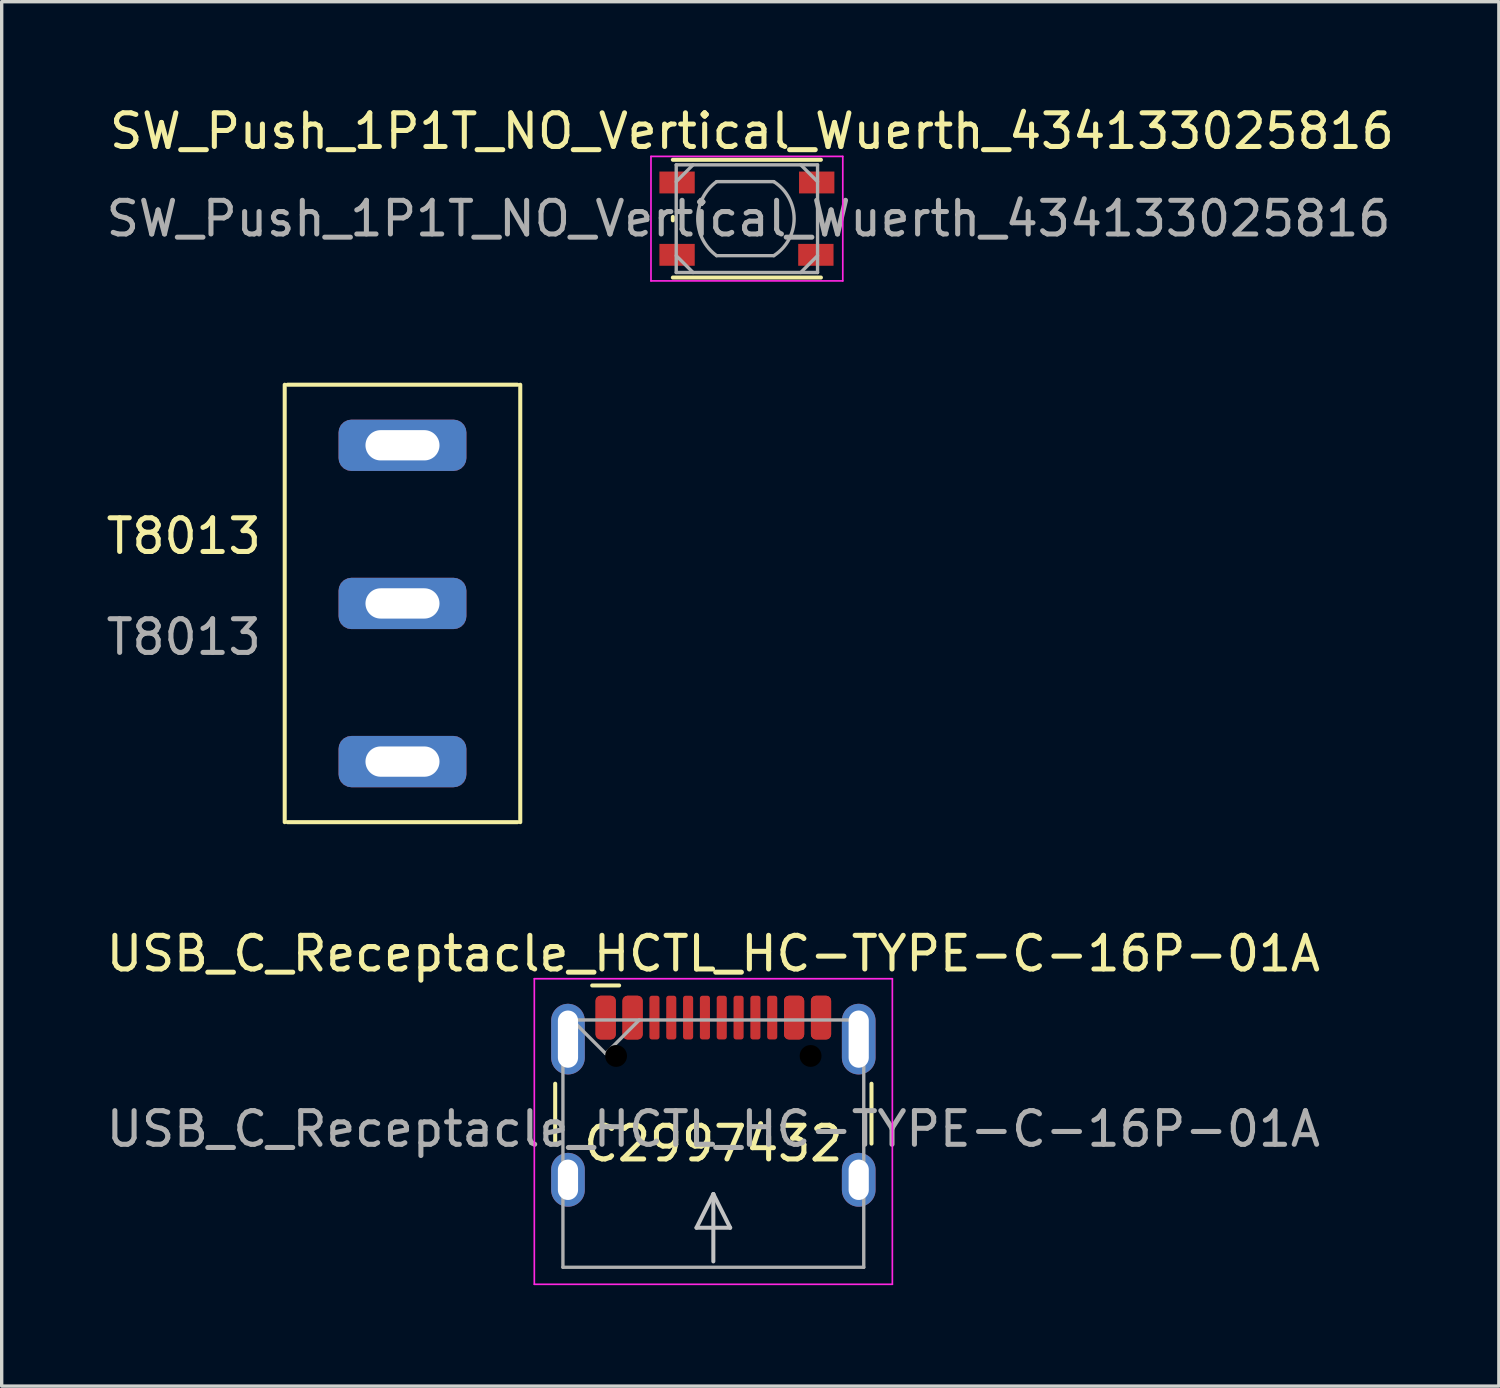
<source format=kicad_pcb>
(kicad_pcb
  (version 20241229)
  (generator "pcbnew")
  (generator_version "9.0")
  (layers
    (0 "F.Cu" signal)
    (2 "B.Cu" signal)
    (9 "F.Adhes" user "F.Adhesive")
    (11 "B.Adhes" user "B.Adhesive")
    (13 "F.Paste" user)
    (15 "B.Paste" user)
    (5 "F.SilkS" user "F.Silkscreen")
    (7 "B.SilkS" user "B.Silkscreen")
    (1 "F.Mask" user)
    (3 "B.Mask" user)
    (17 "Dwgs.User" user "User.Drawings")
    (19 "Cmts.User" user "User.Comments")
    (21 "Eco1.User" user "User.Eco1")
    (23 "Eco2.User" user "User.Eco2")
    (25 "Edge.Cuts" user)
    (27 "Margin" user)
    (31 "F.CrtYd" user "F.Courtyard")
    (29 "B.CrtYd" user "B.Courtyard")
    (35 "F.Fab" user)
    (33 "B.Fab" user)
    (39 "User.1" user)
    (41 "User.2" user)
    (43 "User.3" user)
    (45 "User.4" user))
  (footprint "SW_Push_1P1T_NO_Vertical_Wuerth_434133025816"
    (layer "F.Cu")
    (at 19.146 3.448)
    (property "Reference" "SW_Push_1P1T_NO_Vertical_Wuerth_434133025816" (at 0.15 -2.6 0) (layer "F.SilkS") (effects (font (size 1 1) (thickness 0.15))))
    (attr smd)
    (fp_line (start -2.2 0.05) (end -2.2 -0.05) (stroke (width 0.12) (type solid)) (layer "F.SilkS"))
    (fp_line (start -2.2 1.75) (end 2.2 1.75) (stroke (width 0.12) (type solid)) (layer "F.SilkS"))
    (fp_line (start 2.2 -1.75) (end -2.2 -1.75) (stroke (width 0.12) (type solid)) (layer "F.SilkS"))
    (fp_line (start 2.2 0.05) (end 2.2 -0.05) (stroke (width 0.12) (type solid)) (layer "F.SilkS"))
    (fp_line (start -2.85 -1.85) (end 2.85 -1.85) (stroke (width 0.05) (type solid)) (layer "F.CrtYd"))
    (fp_line (start -2.85 1.85) (end -2.85 -1.85) (stroke (width 0.05) (type solid)) (layer "F.CrtYd"))
    (fp_line (start 2.85 -1.85) (end 2.85 1.85) (stroke (width 0.05) (type solid)) (layer "F.CrtYd"))
    (fp_line (start 2.85 1.85) (end -2.85 1.85) (stroke (width 0.05) (type solid)) (layer "F.CrtYd"))
    (fp_line (start -2.1 -1.6) (end 2.1 -1.6) (stroke (width 0.1) (type solid)) (layer "F.Fab"))
    (fp_line (start -2.1 -1.1) (end -1.6 -1.6) (stroke (width 0.1) (type solid)) (layer "F.Fab"))
    (fp_line (start -2.1 1.1) (end -1.6 1.6) (stroke (width 0.1) (type solid)) (layer "F.Fab"))
    (fp_line (start -2.1 1.6) (end -2.1 -1.6) (stroke (width 0.1) (type solid)) (layer "F.Fab"))
    (fp_line (start -0.9 -1.1) (end 0.8 -1.1) (stroke (width 0.1) (type solid)) (layer "F.Fab"))
    (fp_line (start 0.8 1.1) (end -0.9 1.1) (stroke (width 0.1) (type solid)) (layer "F.Fab"))
    (fp_line (start 1.6 -1.6) (end 2.1 -1.1) (stroke (width 0.1) (type solid)) (layer "F.Fab"))
    (fp_line (start 1.6 1.6) (end 2.1 1.1) (stroke (width 0.1) (type solid)) (layer "F.Fab"))
    (fp_line (start 2.1 -1.6) (end 2.1 1.6) (stroke (width 0.1) (type solid)) (layer "F.Fab"))
    (fp_line (start 2.1 1.6) (end -2.1 1.6) (stroke (width 0.1) (type solid)) (layer "F.Fab"))
    (fp_arc (start -0.9 1.099999) (mid -1.460147 0) (end -0.9 -1.099999) (stroke (width 0.1) (type solid)) (layer "F.Fab"))
    (fp_arc (start 0.8 -1.099999) (mid 1.40384 0) (end 0.799999 1.099999) (stroke (width 0.1) (type solid)) (layer "F.Fab"))
    (fp_text user "${REFERENCE}" (at 0.05 0 0) (layer "F.Fab") (effects (font (size 1 1) (thickness 0.15))))
    (pad "1" smd rect (at -2.075 -1.075) (size 1.05 0.65) (layers "F.Cu" "F.Mask" "F.Paste"))
    (pad "1" smd rect (at 2.075 -1.075) (size 1.05 0.65) (layers "F.Cu" "F.Mask" "F.Paste"))
    (pad "2" smd rect (at -2.075 1.075) (size 1.05 0.65) (layers "F.Cu" "F.Mask" "F.Paste"))
    (pad "2" smd rect (at 2.05 1.075) (size 1.05 0.65) (layers "F.Cu" "F.Mask" "F.Paste")))
  (footprint "USB_C_Receptacle_HCTL_HC-TYPE-C-16P-01A"
    (layer "F.Cu")
    (at 18.149 30.936)
    (property "Reference" "USB_C_Receptacle_HCTL_HC-TYPE-C-16P-01A" (at 0 -5.645 0) (layer "F.SilkS") (effects (font (size 1 1) (thickness 0.15))))
    (property "JLCPCB" "C2997432" (at 0 0 0) (layer "F.SilkS") (effects (font (size 1 1) (thickness 0.15))))
    (attr smd)
    (fp_line (start -4.7 -1.78) (end -4.7 0) (stroke (width 0.12) (type solid)) (layer "F.SilkS"))
    (fp_line (start -2.8 -4.7) (end -3.6 -4.7) (stroke (width 0.12) (type default)) (layer "F.SilkS"))
    (fp_line (start 4.7 -1.78) (end 4.7 0) (stroke (width 0.12) (type solid)) (layer "F.SilkS"))
    (fp_line (start -0.5 2.5) (end 0 1.5) (stroke (width 0.12) (type default)) (layer "Dwgs.User"))
    (fp_line (start 0 1.5) (end 0.5 2.5) (stroke (width 0.12) (type default)) (layer "Dwgs.User"))
    (fp_line (start 0 3.5) (end 0 1.5) (stroke (width 0.12) (type default)) (layer "Dwgs.User"))
    (fp_line (start 0.5 2.5) (end -0.5 2.5) (stroke (width 0.12) (type default)) (layer "Dwgs.User"))
    (fp_line (start -5.32 -4.9) (end -5.32 4.18) (stroke (width 0.05) (type solid)) (layer "F.CrtYd"))
    (fp_line (start -5.32 -4.9) (end 5.32 -4.9) (stroke (width 0.05) (type solid)) (layer "F.CrtYd"))
    (fp_line (start -5.32 4.18) (end 5.32 4.18) (stroke (width 0.05) (type solid)) (layer "F.CrtYd"))
    (fp_line (start 5.32 -4.9) (end 5.32 4.18) (stroke (width 0.05) (type solid)) (layer "F.CrtYd"))
    (fp_line (start -4.47 -3.675) (end -4.47 3.675) (stroke (width 0.1) (type solid)) (layer "F.Fab"))
    (fp_line (start -4.47 -3.675) (end 4.47 -3.675) (stroke (width 0.1) (type solid)) (layer "F.Fab"))
    (fp_line (start -4.47 3.675) (end 4.47 3.675) (stroke (width 0.1) (type solid)) (layer "F.Fab"))
    (fp_line (start -3.2 -2.675) (end -4.2 -3.675) (stroke (width 0.1) (type default)) (layer "F.Fab"))
    (fp_line (start -3.2 -2.675) (end -2.2 -3.675) (stroke (width 0.1) (type default)) (layer "F.Fab"))
    (fp_line (start 4.47 -3.675) (end 4.47 3.675) (stroke (width 0.1) (type solid)) (layer "F.Fab"))
    (fp_text user "${REFERENCE}" (at 0 -0.435 0) (unlocked yes) (layer "F.Fab") (effects (font (size 1 1) (thickness 0.15))))
    (pad "" np_thru_hole circle (at -2.89 -2.605) (size 0.65 0.65) (drill 0.65) (layers "*.Mask"))
    (pad "" np_thru_hole circle (at 2.89 -2.605) (size 0.65 0.65) (drill 0.65) (layers "*.Mask"))
    (pad "A1" smd roundrect (at -3.2 -3.745) (size 0.6 1.3) (layers "F.Cu" "F.Mask" "F.Paste") (roundrect_rratio 0.25))
    (pad "A4" smd roundrect (at -2.4 -3.745) (size 0.6 1.3) (layers "F.Cu" "F.Mask" "F.Paste") (roundrect_rratio 0.25))
    (pad "A5" smd roundrect (at -1.25 -3.745) (size 0.3 1.3) (layers "F.Cu" "F.Mask" "F.Paste") (roundrect_rratio 0.25))
    (pad "A6" smd roundrect (at -0.25 -3.745) (size 0.3 1.3) (layers "F.Cu" "F.Mask" "F.Paste") (roundrect_rratio 0.25))
    (pad "A7" smd roundrect (at 0.25 -3.745) (size 0.3 1.3) (layers "F.Cu" "F.Mask" "F.Paste") (roundrect_rratio 0.25))
    (pad "A8" smd roundrect (at 1.25 -3.745) (size 0.3 1.3) (layers "F.Cu" "F.Mask" "F.Paste") (roundrect_rratio 0.25))
    (pad "A9" smd roundrect (at 2.4 -3.745) (size 0.6 1.3) (layers "F.Cu" "F.Mask" "F.Paste") (roundrect_rratio 0.25))
    (pad "A12" smd roundrect (at 3.2 -3.745) (size 0.6 1.3) (layers "F.Cu" "F.Mask" "F.Paste") (roundrect_rratio 0.25))
    (pad "B1" smd roundrect (at 3.2 -3.745) (size 0.6 1.3) (layers "F.Cu" "F.Mask" "F.Paste") (roundrect_rratio 0.25))
    (pad "B4" smd roundrect (at 2.4 -3.745) (size 0.6 1.3) (layers "F.Cu" "F.Mask" "F.Paste") (roundrect_rratio 0.25))
    (pad "B5" smd roundrect (at 1.75 -3.745) (size 0.3 1.3) (layers "F.Cu" "F.Mask" "F.Paste") (roundrect_rratio 0.25))
    (pad "B6" smd roundrect (at 0.75 -3.745) (size 0.3 1.3) (layers "F.Cu" "F.Mask" "F.Paste") (roundrect_rratio 0.25))
    (pad "B7" smd roundrect (at -0.75 -3.745) (size 0.3 1.3) (layers "F.Cu" "F.Mask" "F.Paste") (roundrect_rratio 0.25))
    (pad "B8" smd roundrect (at -1.75 -3.745) (size 0.3 1.3) (layers "F.Cu" "F.Mask" "F.Paste") (roundrect_rratio 0.25))
    (pad "B9" smd roundrect (at -2.4 -3.745) (size 0.6 1.3) (layers "F.Cu" "F.Mask" "F.Paste") (roundrect_rratio 0.25))
    (pad "B12" smd roundrect (at -3.2 -3.745) (size 0.6 1.3) (layers "F.Cu" "F.Mask" "F.Paste") (roundrect_rratio 0.25))
    (pad "S1" thru_hole oval (at -4.32 -3.105) (size 1 2.1) (drill oval 0.6 1.7) (property pad_prop_heatsink) (layers "*.Cu" "*.Mask"))
    (pad "S1" thru_hole oval (at -4.32 1.075) (size 1 1.6) (drill oval 0.6 1.2) (property pad_prop_heatsink) (layers "*.Cu" "*.Mask"))
    (pad "S1" thru_hole oval (at 4.32 -3.105) (size 1 2.1) (drill oval 0.6 1.7) (property pad_prop_heatsink) (layers "*.Cu" "*.Mask"))
    (pad "S1" thru_hole oval (at 4.32 1.075) (size 1 1.6) (drill oval 0.6 1.2) (property pad_prop_heatsink) (layers "*.Cu" "*.Mask")))
  (footprint "T8013"
    (layer "F.Cu")
    (at 8.911 14.883)
    (property "Reference" "T8013" (at -6.5 -2 0) (unlocked yes) (layer "F.SilkS") (effects (font (size 1 1) (thickness 0.15))))
    (attr through_hole)
    (fp_line (start -3.5 -6.5) (end -3.5 6.5) (stroke (width 0.12) (type solid)) (layer "F.SilkS"))
    (fp_line (start -3.42 6.5) (end 3.42 6.5) (stroke (width 0.12) (type solid)) (layer "F.SilkS"))
    (fp_line (start 3.42 -6.5) (end -3.42 -6.5) (stroke (width 0.12) (type solid)) (layer "F.SilkS"))
    (fp_line (start 3.5 6.5) (end 3.5 -6.5) (stroke (width 0.12) (type solid)) (layer "F.SilkS"))
    (fp_text user "${REFERENCE}" (at -6.5 1 0) (unlocked yes) (layer "F.Fab") (effects (font (size 1 1) (thickness 0.15))))
    (pad "1" thru_hole roundrect (at 0 -4.7) (size 3.8 1.524) (drill oval 2.2 0.9) (layers "*.Cu" "*.Mask") (roundrect_rratio 0.25))
    (pad "2" thru_hole roundrect (at 0 0) (size 3.8 1.524) (drill oval 2.2 0.9) (layers "*.Cu" "*.Mask") (roundrect_rratio 0.25))
    (pad "3" thru_hole roundrect (at 0 4.7) (size 3.8 1.524) (drill oval 2.2 0.9) (layers "*.Cu" "*.Mask") (roundrect_rratio 0.25)))
  (gr_rect
    (start -3 -3)
    (end 41.493 38.142)
    (stroke (width 0.1) (type default))
    (fill no)
    (layer "Edge.Cuts")))
</source>
